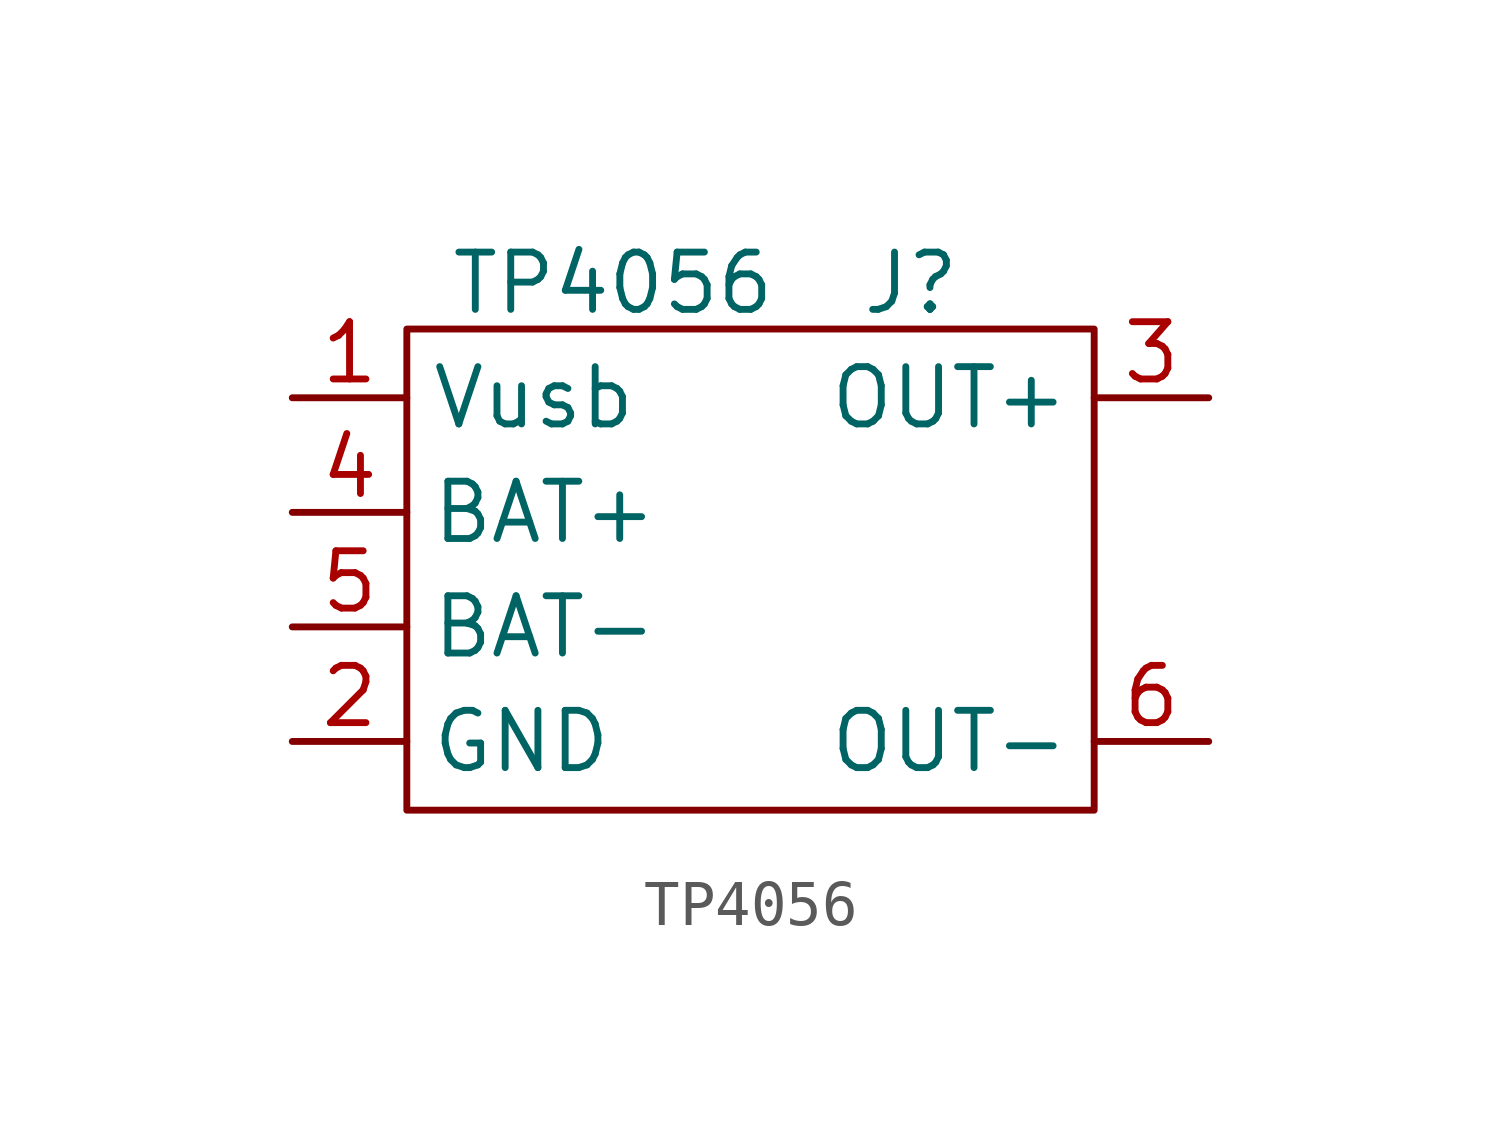
<source format=kicad_sym>
(kicad_symbol_lib
  (version 20241209)
  (generator "kicad_symbol_editor")
  (generator_version "9.0")
  (symbol "TP4056"
    (property "Reference" "J"
      (at 3.556 6.35 0)
      (effects (font (size 1.27 1.27))))
    (property "Value" "TP4056"
      (at -3.048 6.35 0)
      (effects (font (size 1.27 1.27))))
    (symbol "TP4056_0_1"
      (rectangle (start -7.62 5.334) (end 7.62 -5.334) (stroke (width 0) (type default)) (fill (type none))))
    (symbol "TP4056_1_1"
      (pin input line (at -10.16 3.81 0) (length 2.54) (name "Vusb" (effects (font (size 1.27 1.27)))) (number "1" (effects (font (size 1.27 1.27)))))
      (pin input line (at -10.16 1.27 0) (length 2.54) (name "BAT+" (effects (font (size 1.27 1.27)))) (number "4" (effects (font (size 1.27 1.27)))))
      (pin input line (at -10.16 -1.27 0) (length 2.54) (name "BAT-" (effects (font (size 1.27 1.27)))) (number "5" (effects (font (size 1.27 1.27)))))
      (pin input line (at -10.16 -3.81 0) (length 2.54) (name "GND" (effects (font (size 1.27 1.27)))) (number "2" (effects (font (size 1.27 1.27)))))
      (pin input line (at 10.16 3.81 180) (length 2.54) (name "OUT+" (effects (font (size 1.27 1.27)))) (number "3" (effects (font (size 1.27 1.27)))))
      (pin input line (at 10.16 -3.81 180) (length 2.54) (name "OUT-" (effects (font (size 1.27 1.27)))) (number "6" (effects (font (size 1.27 1.27))))))))
</source>
